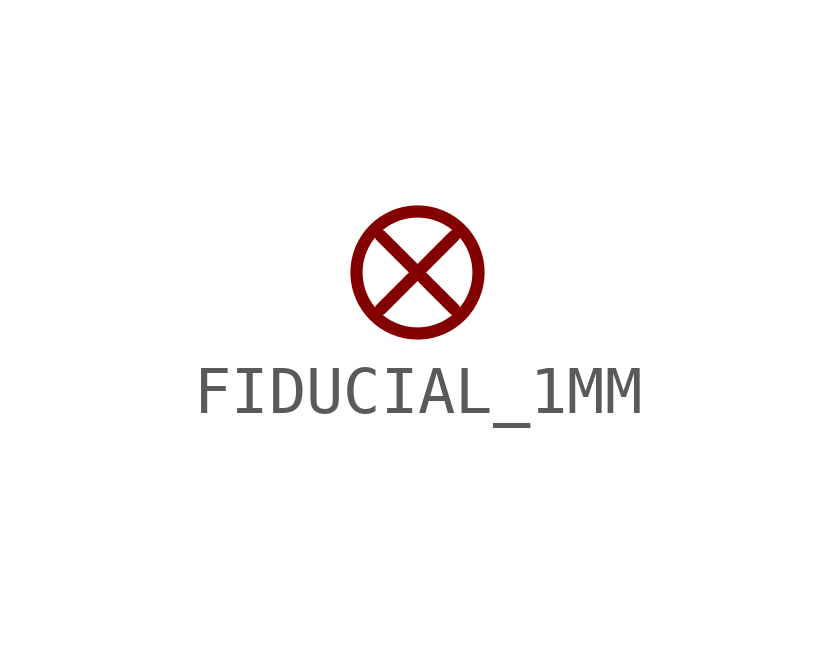
<source format=kicad_sym>
(kicad_symbol_lib
  (version 20231120)
  (generator "kicad_symbol_editor")
  (generator_version "8.0")
  (symbol "FIDUCIAL_1MM"
    (property "Reference" "FID"
      (at 0 0 0)
      (effects (font (size 1.27 1.27)) (hide yes)))
    (property "ki_locked" ""
      (at 0 0 0)
      (effects (font (size 1.27 1.27))))
    (symbol "FIDUCIAL_1MM_1_0"
      (polyline (pts (xy -0.762 0.762) (xy 0.762 -0.762)) (stroke (width 0.254) (type solid)) (fill (type none)))
      (polyline (pts (xy 0.762 0.762) (xy -0.762 -0.762)) (stroke (width 0.254) (type solid)) (fill (type none)))
      (circle (center 0 0) (radius 1.27) (stroke (width 0.254) (type solid)) (fill (type none))))))
</source>
